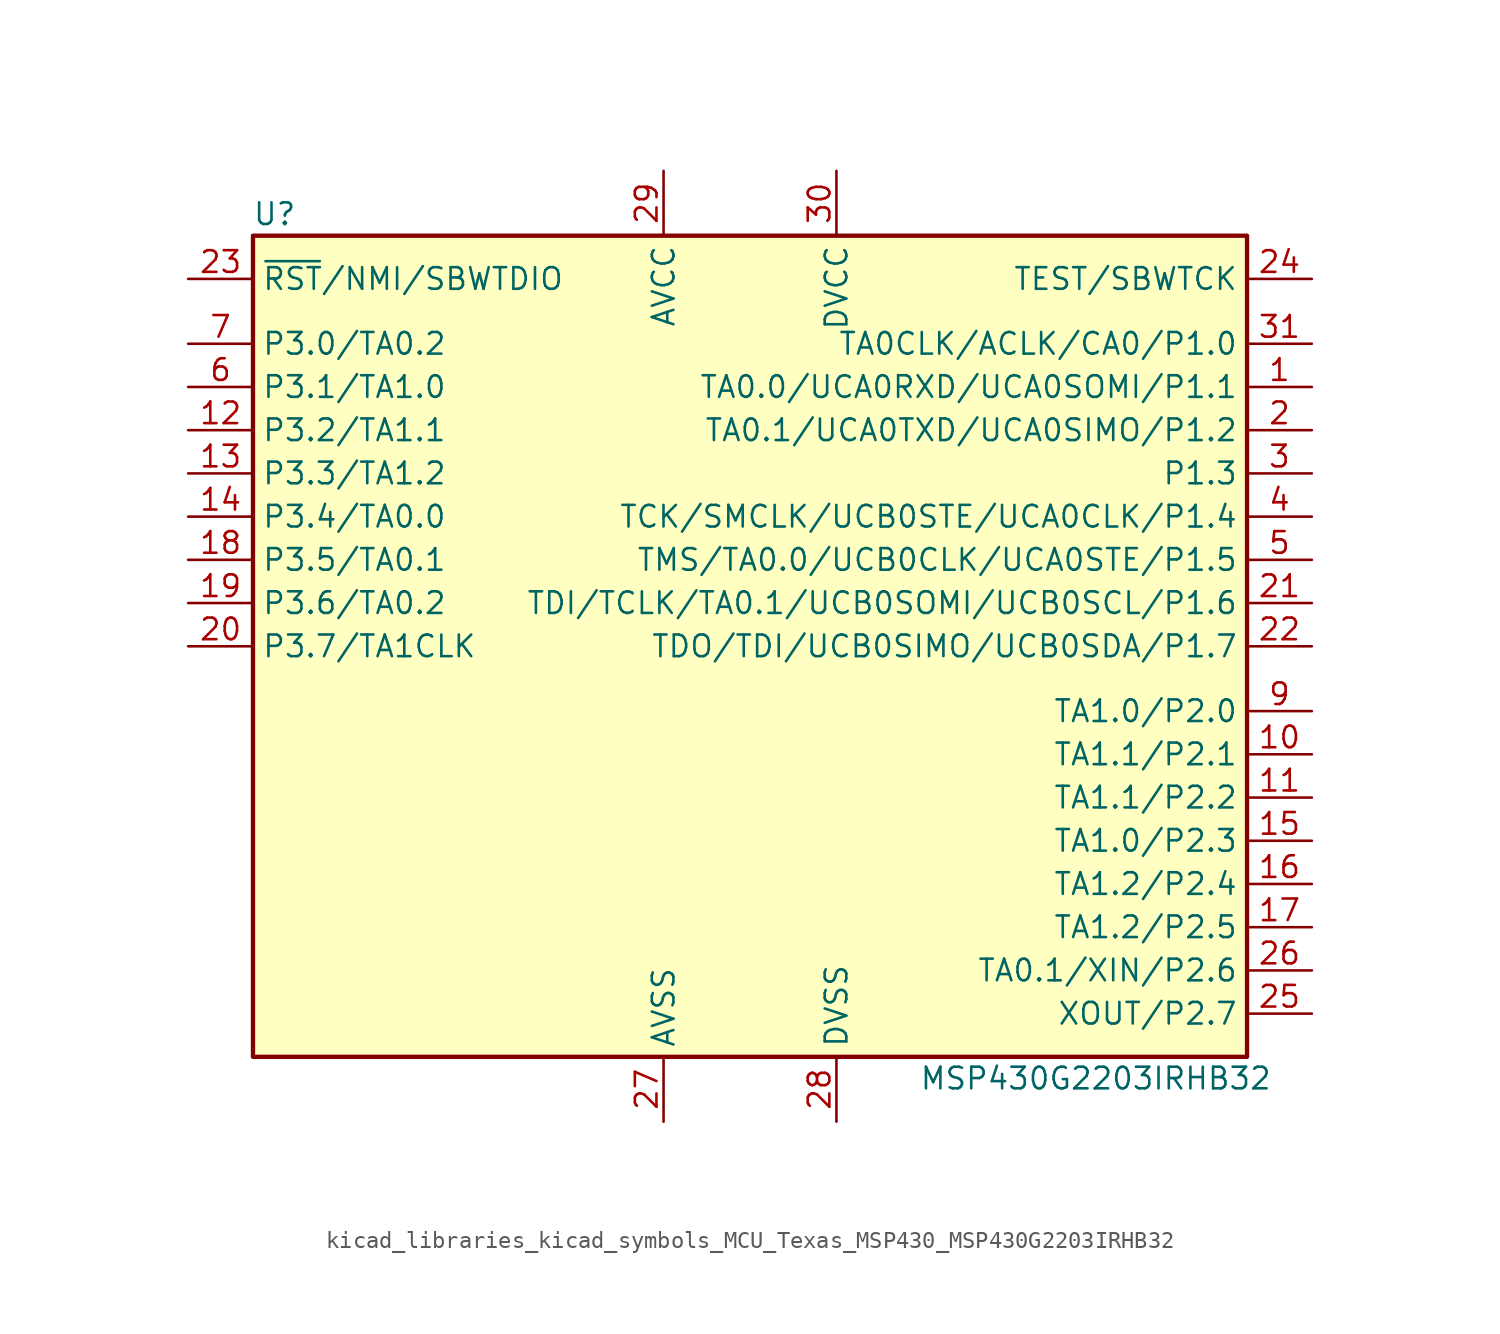
<source format=kicad_sym>
(kicad_symbol_lib
  (version 20220914)
  (generator kicad_symbol_editor)
  (symbol "kicad_libraries_kicad_symbols_MCU_Texas_MSP430_MSP430G2203IRHB32"
    (property "Reference" "U"
      (at -27.94 25.4 0)
      (effects (font (size 1.27 1.27))))
    (property "Value" "MSP430G2203IRHB32"
      (at 20.32 -25.4 0)
      (effects (font (size 1.27 1.27))))
    (symbol "kicad_libraries_kicad_symbols_MCU_Texas_MSP430_MSP430G2203IRHB32_0_1"
      (rectangle (start -29.21 24.13) (end 29.21 -24.13) (stroke (width 0.254) (type default)) (fill (type background))))
    (symbol "kicad_libraries_kicad_symbols_MCU_Texas_MSP430_MSP430G2203IRHB32_1_1"
      (pin bidirectional line (at 33.02 15.24 180) (length 3.81) (name "TA0.0/UCA0RXD/UCA0SOMI/P1.1" (effects (font (size 1.27 1.27)))) (number "1" (effects (font (size 1.27 1.27)))))
      (pin bidirectional line (at 33.02 -6.35 180) (length 3.81) (name "TA1.1/P2.1" (effects (font (size 1.27 1.27)))) (number "10" (effects (font (size 1.27 1.27)))))
      (pin bidirectional line (at 33.02 -8.89 180) (length 3.81) (name "TA1.1/P2.2" (effects (font (size 1.27 1.27)))) (number "11" (effects (font (size 1.27 1.27)))))
      (pin bidirectional line (at -33.02 12.7 0) (length 3.81) (name "P3.2/TA1.1" (effects (font (size 1.27 1.27)))) (number "12" (effects (font (size 1.27 1.27)))))
      (pin bidirectional line (at -33.02 10.16 0) (length 3.81) (name "P3.3/TA1.2" (effects (font (size 1.27 1.27)))) (number "13" (effects (font (size 1.27 1.27)))))
      (pin bidirectional line (at -33.02 7.62 0) (length 3.81) (name "P3.4/TA0.0" (effects (font (size 1.27 1.27)))) (number "14" (effects (font (size 1.27 1.27)))))
      (pin bidirectional line (at 33.02 -11.43 180) (length 3.81) (name "TA1.0/P2.3" (effects (font (size 1.27 1.27)))) (number "15" (effects (font (size 1.27 1.27)))))
      (pin bidirectional line (at 33.02 -13.97 180) (length 3.81) (name "TA1.2/P2.4" (effects (font (size 1.27 1.27)))) (number "16" (effects (font (size 1.27 1.27)))))
      (pin bidirectional line (at 33.02 -16.51 180) (length 3.81) (name "TA1.2/P2.5" (effects (font (size 1.27 1.27)))) (number "17" (effects (font (size 1.27 1.27)))))
      (pin bidirectional line (at -33.02 5.08 0) (length 3.81) (name "P3.5/TA0.1" (effects (font (size 1.27 1.27)))) (number "18" (effects (font (size 1.27 1.27)))))
      (pin bidirectional line (at -33.02 2.54 0) (length 3.81) (name "P3.6/TA0.2" (effects (font (size 1.27 1.27)))) (number "19" (effects (font (size 1.27 1.27)))))
      (pin bidirectional line (at 33.02 12.7 180) (length 3.81) (name "TA0.1/UCA0TXD/UCA0SIMO/P1.2" (effects (font (size 1.27 1.27)))) (number "2" (effects (font (size 1.27 1.27)))))
      (pin bidirectional line (at -33.02 0 0) (length 3.81) (name "P3.7/TA1CLK" (effects (font (size 1.27 1.27)))) (number "20" (effects (font (size 1.27 1.27)))))
      (pin bidirectional line (at 33.02 2.54 180) (length 3.81) (name "TDI/TCLK/TA0.1/UCB0SOMI/UCB0SCL/P1.6" (effects (font (size 1.27 1.27)))) (number "21" (effects (font (size 1.27 1.27)))))
      (pin bidirectional line (at 33.02 0 180) (length 3.81) (name "TDO/TDI/UCB0SIMO/UCB0SDA/P1.7" (effects (font (size 1.27 1.27)))) (number "22" (effects (font (size 1.27 1.27)))))
      (pin input line (at -33.02 21.59 0) (length 3.81) (name "~{RST}/NMI/SBWTDIO" (effects (font (size 1.27 1.27)))) (number "23" (effects (font (size 1.27 1.27)))))
      (pin input line (at 33.02 21.59 180) (length 3.81) (name "TEST/SBWTCK" (effects (font (size 1.27 1.27)))) (number "24" (effects (font (size 1.27 1.27)))))
      (pin bidirectional line (at 33.02 -21.59 180) (length 3.81) (name "XOUT/P2.7" (effects (font (size 1.27 1.27)))) (number "25" (effects (font (size 1.27 1.27)))))
      (pin bidirectional line (at 33.02 -19.05 180) (length 3.81) (name "TA0.1/XIN/P2.6" (effects (font (size 1.27 1.27)))) (number "26" (effects (font (size 1.27 1.27)))))
      (pin power_in line (at -5.08 -27.94 90) (length 3.81) (name "AVSS" (effects (font (size 1.27 1.27)))) (number "27" (effects (font (size 1.27 1.27)))))
      (pin power_in line (at 5.08 -27.94 90) (length 3.81) (name "DVSS" (effects (font (size 1.27 1.27)))) (number "28" (effects (font (size 1.27 1.27)))))
      (pin power_in line (at -5.08 27.94 270) (length 3.81) (name "AVCC" (effects (font (size 1.27 1.27)))) (number "29" (effects (font (size 1.27 1.27)))))
      (pin bidirectional line (at 33.02 10.16 180) (length 3.81) (name "P1.3" (effects (font (size 1.27 1.27)))) (number "3" (effects (font (size 1.27 1.27)))))
      (pin power_in line (at 5.08 27.94 270) (length 3.81) (name "DVCC" (effects (font (size 1.27 1.27)))) (number "30" (effects (font (size 1.27 1.27)))))
      (pin bidirectional line (at 33.02 17.78 180) (length 3.81) (name "TA0CLK/ACLK/CA0/P1.0" (effects (font (size 1.27 1.27)))) (number "31" (effects (font (size 1.27 1.27)))))
      (pin bidirectional line (at 33.02 7.62 180) (length 3.81) (name "TCK/SMCLK/UCB0STE/UCA0CLK/P1.4" (effects (font (size 1.27 1.27)))) (number "4" (effects (font (size 1.27 1.27)))))
      (pin bidirectional line (at 33.02 5.08 180) (length 3.81) (name "TMS/TA0.0/UCB0CLK/UCA0STE/P1.5" (effects (font (size 1.27 1.27)))) (number "5" (effects (font (size 1.27 1.27)))))
      (pin bidirectional line (at -33.02 15.24 0) (length 3.81) (name "P3.1/TA1.0" (effects (font (size 1.27 1.27)))) (number "6" (effects (font (size 1.27 1.27)))))
      (pin bidirectional line (at -33.02 17.78 0) (length 3.81) (name "P3.0/TA0.2" (effects (font (size 1.27 1.27)))) (number "7" (effects (font (size 1.27 1.27)))))
      (pin bidirectional line (at 33.02 -3.81 180) (length 3.81) (name "TA1.0/P2.0" (effects (font (size 1.27 1.27)))) (number "9" (effects (font (size 1.27 1.27))))))))
</source>
